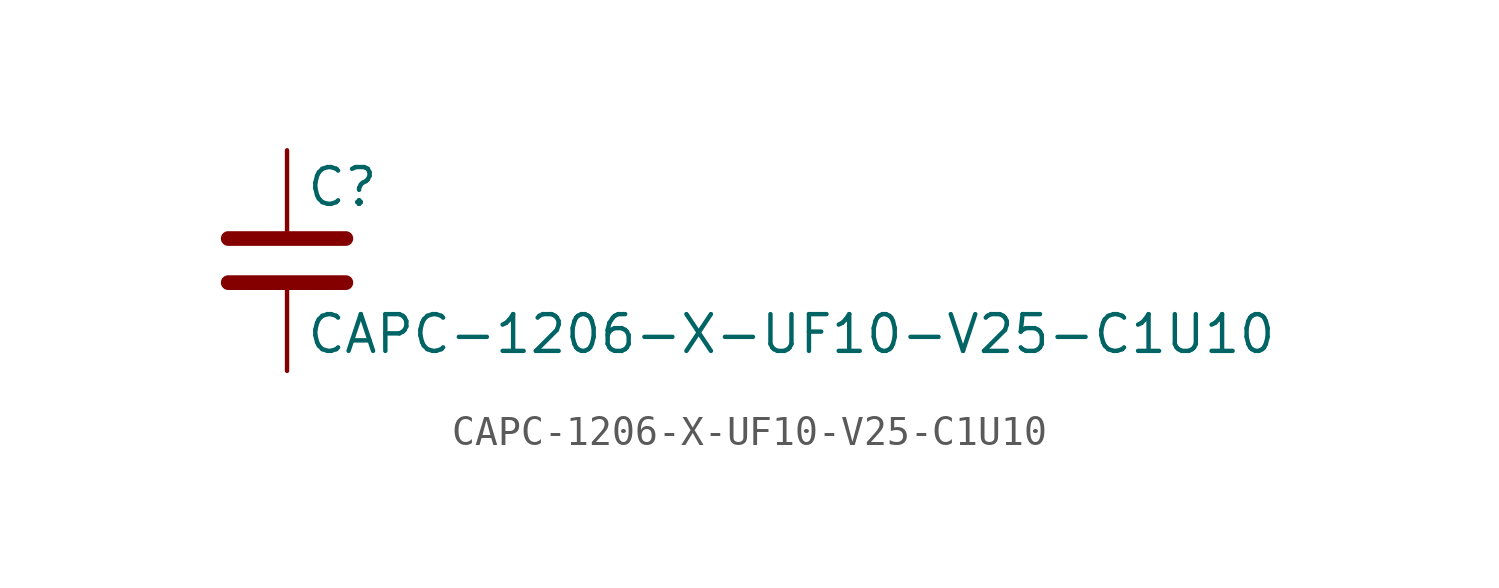
<source format=kicad_sym>
(kicad_symbol_lib
  (version 20211014)
  (generator kicad_symbol_editor)
  (symbol "CAPC-1206-X-UF10-V25-C1U10"
    (pin_numbers hide)
    (pin_names
      (offset 0.254))
    (property "Reference" "C"
      (at 0.635 2.54 0)
      (effects (font (size 1.27 1.27)) (justify left)))
    (property "Value" "CAPC-1206-X-UF10-V25-C1U10"
      (at 0.635 -2.54 0)
      (effects (font (size 1.27 1.27)) (justify left)))
    (symbol "CAPC-1206-X-UF10-V25-C1U10_0_1"
      (polyline (pts (xy -2.032 -0.762) (xy 2.032 -0.762)) (stroke (width 0.508) (type default) (color 0 0 0 0)) (fill (type none)))
      (polyline (pts (xy -2.032 0.762) (xy 2.032 0.762)) (stroke (width 0.508) (type default) (color 0 0 0 0)) (fill (type none))))
    (symbol "CAPC-1206-X-UF10-V25-C1U10_1_1"
      (pin passive line (at 0 3.81 270) (length 2.794) (name "~" (effects (font (size 1.27 1.27)))) (number "1" (effects (font (size 1.27 1.27)))))
      (pin passive line (at 0 -3.81 90) (length 2.794) (name "~" (effects (font (size 1.27 1.27)))) (number "2" (effects (font (size 1.27 1.27))))))))
</source>
